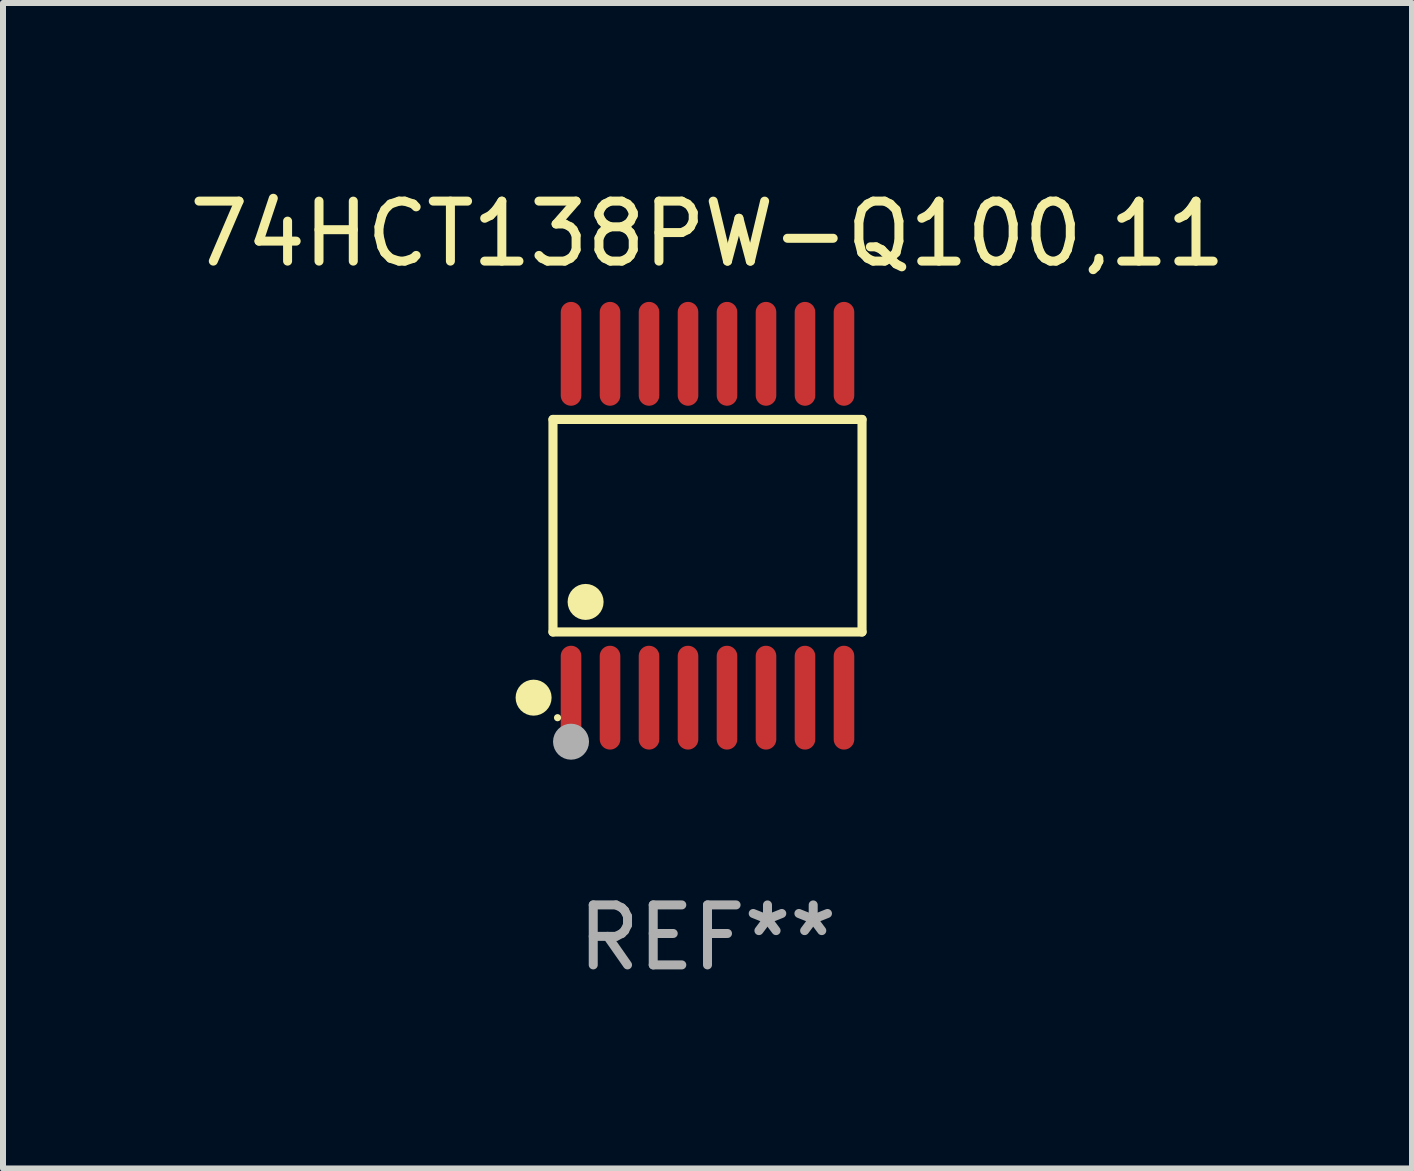
<source format=kicad_pcb>
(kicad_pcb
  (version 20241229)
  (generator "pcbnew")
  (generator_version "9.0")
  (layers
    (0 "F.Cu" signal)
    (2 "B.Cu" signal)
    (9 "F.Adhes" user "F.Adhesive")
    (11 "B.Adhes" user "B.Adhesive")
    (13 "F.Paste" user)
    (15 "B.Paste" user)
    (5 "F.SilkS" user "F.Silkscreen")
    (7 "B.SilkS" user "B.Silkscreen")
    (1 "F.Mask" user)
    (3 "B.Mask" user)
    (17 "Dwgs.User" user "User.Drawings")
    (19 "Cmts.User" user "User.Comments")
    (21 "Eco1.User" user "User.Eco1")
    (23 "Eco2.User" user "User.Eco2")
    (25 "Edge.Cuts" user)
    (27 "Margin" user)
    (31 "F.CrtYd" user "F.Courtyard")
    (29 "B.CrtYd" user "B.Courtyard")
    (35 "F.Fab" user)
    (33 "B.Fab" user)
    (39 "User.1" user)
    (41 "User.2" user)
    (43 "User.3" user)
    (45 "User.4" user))
  (footprint "74HCT138PW-Q100,11"
    (layer "F.Cu")
    (at 8.744 5.714)
    (property "Reference" "74HCT138PW-Q100,11" (at 0 -4.866 0) (layer "F.SilkS") (effects (font (size 1 1) (thickness 0.15))))
    (attr through_hole)
    (fp_line (start -2.576 -1.772) (end 2.576 -1.772) (stroke (width 0.152) (type solid)) (layer "F.SilkS"))
    (fp_line (start -2.576 1.771) (end -2.576 -1.772) (stroke (width 0.152) (type solid)) (layer "F.SilkS"))
    (fp_line (start 2.576 -1.772) (end 2.576 1.771) (stroke (width 0.152) (type solid)) (layer "F.SilkS"))
    (fp_line (start 2.576 1.771) (end -2.576 1.771) (stroke (width 0.152) (type solid)) (layer "F.SilkS"))
    (fp_circle (center -2.899 2.866) (end -2.749 2.866) (stroke (width 0.3) (type solid)) (fill no) (layer "F.SilkS"))
    (fp_circle (center -2.5 3.2) (end -2.47 3.2) (stroke (width 0.06) (type solid)) (fill no) (layer "F.SilkS"))
    (fp_circle (center -2.032 1.27) (end -1.882 1.27) (stroke (width 0.3) (type solid)) (fill no) (layer "F.SilkS"))
    (fp_circle (center -2.275 3.6) (end -2.125 3.6) (stroke (width 0.3) (type solid)) (fill no) (layer "F.Fab"))
    (fp_text user "REF**" (at 0 6.866 0) (layer "F.Fab") (effects (font (size 1 1) (thickness 0.15))))
    (pad "1" smd oval (at -2.275 2.866) (size 0.343 1.731) (layers "F.Cu" "F.Mask" "F.Paste"))
    (pad "2" smd oval (at -1.625 2.866) (size 0.343 1.731) (layers "F.Cu" "F.Mask" "F.Paste"))
    (pad "3" smd oval (at -0.975 2.866) (size 0.343 1.731) (layers "F.Cu" "F.Mask" "F.Paste"))
    (pad "4" smd oval (at -0.325 2.866) (size 0.343 1.731) (layers "F.Cu" "F.Mask" "F.Paste"))
    (pad "5" smd oval (at 0.325 2.866) (size 0.343 1.731) (layers "F.Cu" "F.Mask" "F.Paste"))
    (pad "6" smd oval (at 0.975 2.866) (size 0.343 1.731) (layers "F.Cu" "F.Mask" "F.Paste"))
    (pad "7" smd oval (at 1.625 2.866) (size 0.343 1.731) (layers "F.Cu" "F.Mask" "F.Paste"))
    (pad "8" smd oval (at 2.275 2.866) (size 0.343 1.731) (layers "F.Cu" "F.Mask" "F.Paste"))
    (pad "9" smd oval (at 2.275 -2.866) (size 0.343 1.731) (layers "F.Cu" "F.Mask" "F.Paste"))
    (pad "10" smd oval (at 1.625 -2.866) (size 0.343 1.731) (layers "F.Cu" "F.Mask" "F.Paste"))
    (pad "11" smd oval (at 0.975 -2.866) (size 0.343 1.731) (layers "F.Cu" "F.Mask" "F.Paste"))
    (pad "12" smd oval (at 0.325 -2.866) (size 0.343 1.731) (layers "F.Cu" "F.Mask" "F.Paste"))
    (pad "13" smd oval (at -0.325 -2.866) (size 0.343 1.731) (layers "F.Cu" "F.Mask" "F.Paste"))
    (pad "14" smd oval (at -0.975 -2.866) (size 0.343 1.731) (layers "F.Cu" "F.Mask" "F.Paste"))
    (pad "15" smd oval (at -1.625 -2.866) (size 0.343 1.731) (layers "F.Cu" "F.Mask" "F.Paste"))
    (pad "16" smd oval (at -2.275 -2.866) (size 0.343 1.731) (layers "F.Cu" "F.Mask" "F.Paste")))
  (gr_rect
    (start -3 -3)
    (end 20.488 16.428)
    (stroke (width 0.1) (type default))
    (fill no)
    (layer "Edge.Cuts")))
</source>
